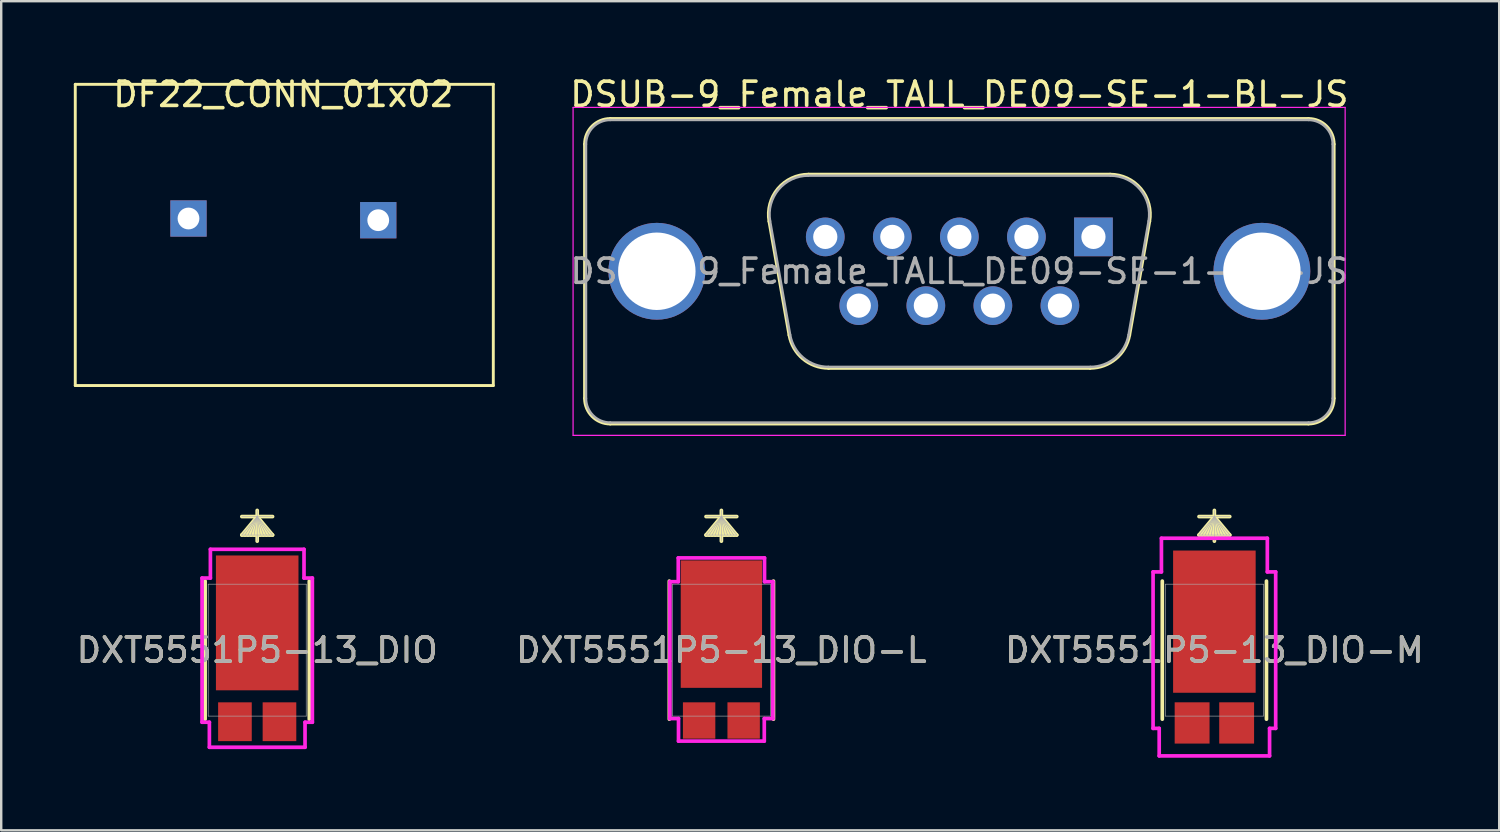
<source format=kicad_pcb>
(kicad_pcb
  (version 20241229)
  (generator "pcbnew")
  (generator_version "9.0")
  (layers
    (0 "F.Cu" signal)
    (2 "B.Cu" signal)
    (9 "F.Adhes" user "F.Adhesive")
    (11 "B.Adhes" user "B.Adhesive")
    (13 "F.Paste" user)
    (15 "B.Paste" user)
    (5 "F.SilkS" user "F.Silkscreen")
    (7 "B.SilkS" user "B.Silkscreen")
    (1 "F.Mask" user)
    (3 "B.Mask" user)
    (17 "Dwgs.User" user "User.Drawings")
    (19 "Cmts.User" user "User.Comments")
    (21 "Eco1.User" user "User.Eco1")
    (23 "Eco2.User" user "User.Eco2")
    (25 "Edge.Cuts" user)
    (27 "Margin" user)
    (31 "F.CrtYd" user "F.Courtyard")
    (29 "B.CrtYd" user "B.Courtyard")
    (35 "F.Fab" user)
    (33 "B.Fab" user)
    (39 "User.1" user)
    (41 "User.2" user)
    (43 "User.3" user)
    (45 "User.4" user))
  (footprint "DXT5551P5-13_DIO-M"
    (layer "F.Cu")
    (at 47.125 23.812)
    (property "Reference" "DXT5551P5-13_DIO-M" (at 0 0 0) (unlocked yes) (layer "F.SilkS") (effects (font (size 1 1) (thickness 0.15))))
    (attr smd)
    (fp_line (start -2.152 -2.852) (end -2.152 2.852) (stroke (width 0.152) (type solid)) (layer "F.SilkS"))
    (fp_line (start 0 -5.519) (end -0.635 -4.757) (stroke (width 0.152) (type solid)) (layer "F.SilkS"))
    (fp_line (start 0 -5.519) (end -0.508 -4.757) (stroke (width 0.152) (type solid)) (layer "F.SilkS"))
    (fp_line (start 0 -5.519) (end -0.381 -4.757) (stroke (width 0.152) (type solid)) (layer "F.SilkS"))
    (fp_line (start 0 -5.519) (end -0.254 -4.757) (stroke (width 0.152) (type solid)) (layer "F.SilkS"))
    (fp_line (start 0 -5.519) (end -0.127 -4.757) (stroke (width 0.152) (type solid)) (layer "F.SilkS"))
    (fp_line (start 0 -5.519) (end 0.127 -4.757) (stroke (width 0.152) (type solid)) (layer "F.SilkS"))
    (fp_line (start 0 -5.519) (end 0.254 -4.757) (stroke (width 0.152) (type solid)) (layer "F.SilkS"))
    (fp_line (start 0 -5.519) (end 0.381 -4.757) (stroke (width 0.152) (type solid)) (layer "F.SilkS"))
    (fp_line (start 0 -5.519) (end 0.508 -4.757) (stroke (width 0.152) (type solid)) (layer "F.SilkS"))
    (fp_line (start 0 -5.519) (end 0.635 -4.757) (stroke (width 0.152) (type solid)) (layer "F.SilkS"))
    (fp_line (start 0 -4.503) (end 0 -5.773) (stroke (width 0.152) (type solid)) (layer "F.SilkS"))
    (fp_line (start 0.635 -5.519) (end -0.635 -5.519) (stroke (width 0.152) (type solid)) (layer "F.SilkS"))
    (fp_line (start 0.635 -4.757) (end -0.635 -4.757) (stroke (width 0.152) (type solid)) (layer "F.SilkS"))
    (fp_line (start 2.152 2.852) (end 2.152 -2.852) (stroke (width 0.152) (type solid)) (layer "F.SilkS"))
    (fp_line (start -2.533 -3.233) (end -2.188 -3.233) (stroke (width 0.152) (type solid)) (layer "F.CrtYd"))
    (fp_line (start -2.533 3.233) (end -2.533 -3.233) (stroke (width 0.152) (type solid)) (layer "F.CrtYd"))
    (fp_line (start -2.28 3.233) (end -2.533 3.233) (stroke (width 0.152) (type solid)) (layer "F.CrtYd"))
    (fp_line (start -2.28 3.233) (end -2.28 4.369) (stroke (width 0.152) (type solid)) (layer "F.CrtYd"))
    (fp_line (start -2.28 4.369) (end 2.28 4.369) (stroke (width 0.152) (type solid)) (layer "F.CrtYd"))
    (fp_line (start -2.188 -4.623) (end -2.188 -3.233) (stroke (width 0.152) (type solid)) (layer "F.CrtYd"))
    (fp_line (start -2.188 -4.623) (end 2.188 -4.623) (stroke (width 0.152) (type solid)) (layer "F.CrtYd"))
    (fp_line (start 2.188 -4.623) (end 2.188 -3.233) (stroke (width 0.152) (type solid)) (layer "F.CrtYd"))
    (fp_line (start 2.28 3.233) (end 2.28 4.369) (stroke (width 0.152) (type solid)) (layer "F.CrtYd"))
    (fp_line (start 2.533 -3.233) (end 2.188 -3.233) (stroke (width 0.152) (type solid)) (layer "F.CrtYd"))
    (fp_line (start 2.533 -3.233) (end 2.533 3.233) (stroke (width 0.152) (type solid)) (layer "F.CrtYd"))
    (fp_line (start 2.533 3.233) (end 2.28 3.233) (stroke (width 0.152) (type solid)) (layer "F.CrtYd"))
    (fp_line (start -2.025 -2.725) (end -2.025 2.725) (stroke (width 0.025) (type solid)) (layer "F.Fab"))
    (fp_line (start -2.025 2.725) (end 2.025 2.725) (stroke (width 0.025) (type solid)) (layer "F.Fab"))
    (fp_line (start 0 -5.519) (end -0.635 -4.757) (stroke (width 0.025) (type solid)) (layer "F.Fab"))
    (fp_line (start 0 -5.519) (end -0.508 -4.757) (stroke (width 0.025) (type solid)) (layer "F.Fab"))
    (fp_line (start 0 -5.519) (end -0.381 -4.757) (stroke (width 0.025) (type solid)) (layer "F.Fab"))
    (fp_line (start 0 -5.519) (end -0.254 -4.757) (stroke (width 0.025) (type solid)) (layer "F.Fab"))
    (fp_line (start 0 -5.519) (end -0.127 -4.757) (stroke (width 0.025) (type solid)) (layer "F.Fab"))
    (fp_line (start 0 -5.519) (end 0.127 -4.757) (stroke (width 0.025) (type solid)) (layer "F.Fab"))
    (fp_line (start 0 -5.519) (end 0.254 -4.757) (stroke (width 0.025) (type solid)) (layer "F.Fab"))
    (fp_line (start 0 -5.519) (end 0.381 -4.757) (stroke (width 0.025) (type solid)) (layer "F.Fab"))
    (fp_line (start 0 -5.519) (end 0.508 -4.757) (stroke (width 0.025) (type solid)) (layer "F.Fab"))
    (fp_line (start 0 -5.519) (end 0.635 -4.757) (stroke (width 0.025) (type solid)) (layer "F.Fab"))
    (fp_line (start 0 -4.503) (end 0 -5.773) (stroke (width 0.025) (type solid)) (layer "F.Fab"))
    (fp_line (start 0.635 -5.519) (end -0.635 -5.519) (stroke (width 0.025) (type solid)) (layer "F.Fab"))
    (fp_line (start 0.635 -4.757) (end -0.635 -4.757) (stroke (width 0.025) (type solid)) (layer "F.Fab"))
    (fp_line (start 2.025 -2.725) (end -2.025 -2.725) (stroke (width 0.025) (type solid)) (layer "F.Fab"))
    (fp_line (start 2.025 2.725) (end 2.025 -2.725) (stroke (width 0.025) (type solid)) (layer "F.Fab"))
    (fp_text user "${REFERENCE}" (at 0 0 0) (unlocked yes) (layer "F.Fab") (effects (font (size 1 1) (thickness 0.15))))
    (pad "1" smd rect (at 0 -1.177 90) (size 5.876 3.411) (layers "F.Cu" "F.Mask" "F.Paste"))
    (pad "2" smd rect (at -0.92 3.008 90) (size 1.705 1.441) (layers "F.Cu" "F.Mask" "F.Paste"))
    (pad "3" smd rect (at 0.92 3.008 90) (size 1.705 1.441) (layers "F.Cu" "F.Mask" "F.Paste")))
  (footprint "DF22_CONN_01x02"
    (layer "F.Cu")
    (at 8.658 0.348)
    (property "Reference" "DF22_CONN_01x02" (at 0 0.5 0) (layer "F.SilkS") (effects (font (size 1 1) (thickness 0.15))))
    (attr through_hole)
    (fp_line (start -8.598 0.086) (end 8.674 0.086) (stroke (width 0.12) (type solid)) (layer "F.SilkS"))
    (fp_line (start -8.598 12.532) (end -8.598 0.086) (stroke (width 0.12) (type solid)) (layer "F.SilkS"))
    (fp_line (start 8.674 0.086) (end 8.674 12.532) (stroke (width 0.12) (type solid)) (layer "F.SilkS"))
    (fp_line (start 8.674 12.532) (end -8.598 12.532) (stroke (width 0.12) (type solid)) (layer "F.SilkS"))
    (pad "1" thru_hole rect (at 3.92 5.7) (size 1.5 1.5) (drill 0.9) (layers "*.Cu" "*.Mask"))
    (pad "2" thru_hole rect (at -3.92 5.63) (size 1.5 1.5) (drill 0.9) (layers "*.Cu" "*.Mask")))
  (footprint "DXT5551P5-13_DIO-L"
    (layer "F.Cu")
    (at 26.756 23.812)
    (property "Reference" "DXT5551P5-13_DIO-L" (at 0 0 0) (unlocked yes) (layer "F.SilkS") (effects (font (size 1 1) (thickness 0.15))))
    (attr smd)
    (fp_line (start -2.152 -2.852) (end -2.152 2.852) (stroke (width 0.152) (type solid)) (layer "F.SilkS"))
    (fp_line (start 0 -5.519) (end -0.635 -4.757) (stroke (width 0.152) (type solid)) (layer "F.SilkS"))
    (fp_line (start 0 -5.519) (end -0.508 -4.757) (stroke (width 0.152) (type solid)) (layer "F.SilkS"))
    (fp_line (start 0 -5.519) (end -0.381 -4.757) (stroke (width 0.152) (type solid)) (layer "F.SilkS"))
    (fp_line (start 0 -5.519) (end -0.254 -4.757) (stroke (width 0.152) (type solid)) (layer "F.SilkS"))
    (fp_line (start 0 -5.519) (end -0.127 -4.757) (stroke (width 0.152) (type solid)) (layer "F.SilkS"))
    (fp_line (start 0 -5.519) (end 0.127 -4.757) (stroke (width 0.152) (type solid)) (layer "F.SilkS"))
    (fp_line (start 0 -5.519) (end 0.254 -4.757) (stroke (width 0.152) (type solid)) (layer "F.SilkS"))
    (fp_line (start 0 -5.519) (end 0.381 -4.757) (stroke (width 0.152) (type solid)) (layer "F.SilkS"))
    (fp_line (start 0 -5.519) (end 0.508 -4.757) (stroke (width 0.152) (type solid)) (layer "F.SilkS"))
    (fp_line (start 0 -5.519) (end 0.635 -4.757) (stroke (width 0.152) (type solid)) (layer "F.SilkS"))
    (fp_line (start 0 -4.503) (end 0 -5.773) (stroke (width 0.152) (type solid)) (layer "F.SilkS"))
    (fp_line (start 0.635 -5.519) (end -0.635 -5.519) (stroke (width 0.152) (type solid)) (layer "F.SilkS"))
    (fp_line (start 0.635 -4.757) (end -0.635 -4.757) (stroke (width 0.152) (type solid)) (layer "F.SilkS"))
    (fp_line (start 2.152 2.852) (end 2.152 -2.852) (stroke (width 0.152) (type solid)) (layer "F.SilkS"))
    (fp_line (start -2.127 -2.827) (end -1.782 -2.827) (stroke (width 0.152) (type solid)) (layer "F.CrtYd"))
    (fp_line (start -2.127 2.827) (end -2.127 -2.827) (stroke (width 0.152) (type solid)) (layer "F.CrtYd"))
    (fp_line (start -1.782 -3.81) (end -1.782 -2.827) (stroke (width 0.152) (type solid)) (layer "F.CrtYd"))
    (fp_line (start -1.782 -3.81) (end 1.782 -3.81) (stroke (width 0.152) (type solid)) (layer "F.CrtYd"))
    (fp_line (start -1.772 2.827) (end -2.127 2.827) (stroke (width 0.152) (type solid)) (layer "F.CrtYd"))
    (fp_line (start -1.772 2.827) (end -1.772 3.759) (stroke (width 0.152) (type solid)) (layer "F.CrtYd"))
    (fp_line (start -1.772 3.759) (end 1.772 3.759) (stroke (width 0.152) (type solid)) (layer "F.CrtYd"))
    (fp_line (start 1.772 2.827) (end 1.772 3.759) (stroke (width 0.152) (type solid)) (layer "F.CrtYd"))
    (fp_line (start 1.782 -3.81) (end 1.782 -2.827) (stroke (width 0.152) (type solid)) (layer "F.CrtYd"))
    (fp_line (start 2.127 -2.827) (end 1.782 -2.827) (stroke (width 0.152) (type solid)) (layer "F.CrtYd"))
    (fp_line (start 2.127 -2.827) (end 2.127 2.827) (stroke (width 0.152) (type solid)) (layer "F.CrtYd"))
    (fp_line (start 2.127 2.827) (end 1.772 2.827) (stroke (width 0.152) (type solid)) (layer "F.CrtYd"))
    (fp_line (start -2.025 -2.725) (end -2.025 2.725) (stroke (width 0.025) (type solid)) (layer "F.Fab"))
    (fp_line (start -2.025 2.725) (end 2.025 2.725) (stroke (width 0.025) (type solid)) (layer "F.Fab"))
    (fp_line (start 0 -5.519) (end -0.635 -4.757) (stroke (width 0.025) (type solid)) (layer "F.Fab"))
    (fp_line (start 0 -5.519) (end -0.508 -4.757) (stroke (width 0.025) (type solid)) (layer "F.Fab"))
    (fp_line (start 0 -5.519) (end -0.381 -4.757) (stroke (width 0.025) (type solid)) (layer "F.Fab"))
    (fp_line (start 0 -5.519) (end -0.254 -4.757) (stroke (width 0.025) (type solid)) (layer "F.Fab"))
    (fp_line (start 0 -5.519) (end -0.127 -4.757) (stroke (width 0.025) (type solid)) (layer "F.Fab"))
    (fp_line (start 0 -5.519) (end 0.127 -4.757) (stroke (width 0.025) (type solid)) (layer "F.Fab"))
    (fp_line (start 0 -5.519) (end 0.254 -4.757) (stroke (width 0.025) (type solid)) (layer "F.Fab"))
    (fp_line (start 0 -5.519) (end 0.381 -4.757) (stroke (width 0.025) (type solid)) (layer "F.Fab"))
    (fp_line (start 0 -5.519) (end 0.508 -4.757) (stroke (width 0.025) (type solid)) (layer "F.Fab"))
    (fp_line (start 0 -5.519) (end 0.635 -4.757) (stroke (width 0.025) (type solid)) (layer "F.Fab"))
    (fp_line (start 0 -4.503) (end 0 -5.773) (stroke (width 0.025) (type solid)) (layer "F.Fab"))
    (fp_line (start 0.635 -5.519) (end -0.635 -5.519) (stroke (width 0.025) (type solid)) (layer "F.Fab"))
    (fp_line (start 0.635 -4.757) (end -0.635 -4.757) (stroke (width 0.025) (type solid)) (layer "F.Fab"))
    (fp_line (start 2.025 -2.725) (end -2.025 -2.725) (stroke (width 0.025) (type solid)) (layer "F.Fab"))
    (fp_line (start 2.025 2.725) (end 2.025 -2.725) (stroke (width 0.025) (type solid)) (layer "F.Fab"))
    (fp_text user "${REFERENCE}" (at 0 0 0) (unlocked yes) (layer "F.Fab") (effects (font (size 1 1) (thickness 0.15))))
    (pad "1" smd rect (at 0 -1.075 90) (size 5.266 3.36) (layers "F.Cu" "F.Mask" "F.Paste"))
    (pad "2" smd rect (at -0.92 2.907 90) (size 1.502 1.339) (layers "F.Cu" "F.Mask" "F.Paste"))
    (pad "3" smd rect (at 0.92 2.907 90) (size 1.502 1.339) (layers "F.Cu" "F.Mask" "F.Paste")))
  (footprint "DSUB-9_Female_TALL_DE09-SE-1-BL-JS"
    (layer "F.Cu")
    (at 42.128 6.738)
    (property "Reference" "DSUB-9_Female_TALL_DE09-SE-1-BL-JS" (at -5.54 -5.89 0) (layer "F.SilkS") (effects (font (size 1 1) (thickness 0.15))))
    (attr through_hole)
    (fp_line (start -21.025 6.67) (end -21.025 -3.83) (stroke (width 0.12) (type solid)) (layer "F.SilkS"))
    (fp_line (start -19.965 -4.89) (end 8.885 -4.89) (stroke (width 0.12) (type solid)) (layer "F.SilkS"))
    (fp_line (start -13.406 -0.642) (end -12.578 4.058) (stroke (width 0.12) (type solid)) (layer "F.SilkS"))
    (fp_line (start -11.772 -2.59) (end 0.692 -2.59) (stroke (width 0.12) (type solid)) (layer "F.SilkS"))
    (fp_line (start -10.943 5.43) (end -0.137 5.43) (stroke (width 0.12) (type solid)) (layer "F.SilkS"))
    (fp_line (start 2.326 -0.642) (end 1.498 4.058) (stroke (width 0.12) (type solid)) (layer "F.SilkS"))
    (fp_line (start 8.885 7.73) (end -19.965 7.73) (stroke (width 0.12) (type solid)) (layer "F.SilkS"))
    (fp_line (start 9.945 -3.83) (end 9.945 6.67) (stroke (width 0.12) (type solid)) (layer "F.SilkS"))
    (fp_arc (start -21.025 -3.83) (mid -20.714533 -4.579533) (end -19.965 -4.89) (stroke (width 0.12) (type solid)) (layer "F.SilkS"))
    (fp_arc (start -19.965 7.73) (mid -20.714533 7.419533) (end -21.025 6.67) (stroke (width 0.12) (type solid)) (layer "F.SilkS"))
    (fp_arc (start -13.40647 -0.641744) (mid -13.043323 -1.997028) (end -11.771689 -2.59) (stroke (width 0.12) (type solid)) (layer "F.SilkS"))
    (fp_arc (start -10.942952 5.43) (mid -12.009979 5.041634) (end -12.577733 4.058256) (stroke (width 0.12) (type solid)) (layer "F.SilkS"))
    (fp_arc (start 0.691689 -2.59) (mid 1.963323 -1.997027) (end 2.32647 -0.641744) (stroke (width 0.12) (type solid)) (layer "F.SilkS"))
    (fp_arc (start 1.497733 4.058256) (mid 0.92998 5.041634) (end -0.137048 5.43) (stroke (width 0.12) (type solid)) (layer "F.SilkS"))
    (fp_arc (start 8.885 -4.89) (mid 9.634533 -4.579533) (end 9.945 -3.83) (stroke (width 0.12) (type solid)) (layer "F.SilkS"))
    (fp_arc (start 9.945 6.67) (mid 9.634533 7.419533) (end 8.885 7.73) (stroke (width 0.12) (type solid)) (layer "F.SilkS"))
    (fp_line (start -21.5 -5.35) (end -21.5 8.2) (stroke (width 0.05) (type solid)) (layer "F.CrtYd"))
    (fp_line (start -21.5 8.2) (end 10.4 8.2) (stroke (width 0.05) (type solid)) (layer "F.CrtYd"))
    (fp_line (start 10.4 -5.35) (end -21.5 -5.35) (stroke (width 0.05) (type solid)) (layer "F.CrtYd"))
    (fp_line (start 10.4 8.2) (end 10.4 -5.35) (stroke (width 0.05) (type solid)) (layer "F.CrtYd"))
    (fp_line (start -20.965 6.67) (end -20.965 -3.83) (stroke (width 0.1) (type solid)) (layer "F.Fab"))
    (fp_line (start -19.965 -4.83) (end 8.885 -4.83) (stroke (width 0.1) (type solid)) (layer "F.Fab"))
    (fp_line (start -13.359 -0.652) (end -12.53 4.048) (stroke (width 0.1) (type solid)) (layer "F.Fab"))
    (fp_line (start -11.783 -2.53) (end 0.703 -2.53) (stroke (width 0.1) (type solid)) (layer "F.Fab"))
    (fp_line (start -10.954 5.37) (end -0.126 5.37) (stroke (width 0.1) (type solid)) (layer "F.Fab"))
    (fp_line (start 2.279 -0.652) (end 1.45 4.048) (stroke (width 0.1) (type solid)) (layer "F.Fab"))
    (fp_line (start 8.885 7.67) (end -19.965 7.67) (stroke (width 0.1) (type solid)) (layer "F.Fab"))
    (fp_line (start 9.885 -3.83) (end 9.885 6.67) (stroke (width 0.1) (type solid)) (layer "F.Fab"))
    (fp_arc (start -20.965 -3.83) (mid -20.672107 -4.537107) (end -19.965 -4.83) (stroke (width 0.1) (type solid)) (layer "F.Fab"))
    (fp_arc (start -19.965 7.67) (mid -20.672107 7.377107) (end -20.965 6.67) (stroke (width 0.1) (type solid)) (layer "F.Fab"))
    (fp_arc (start -13.358886 -0.652163) (mid -13.008865 -1.95846) (end -11.783194 -2.53) (stroke (width 0.1) (type solid)) (layer "F.Fab"))
    (fp_arc (start -10.954457 5.37) (mid -11.982917 4.995671) (end -12.530149 4.047837) (stroke (width 0.1) (type solid)) (layer "F.Fab"))
    (fp_arc (start 0.703194 -2.53) (mid 1.928865 -1.95846) (end 2.278886 -0.652163) (stroke (width 0.1) (type solid)) (layer "F.Fab"))
    (fp_arc (start 1.450149 4.047837) (mid 0.902917 4.995671) (end -0.125543 5.37) (stroke (width 0.1) (type solid)) (layer "F.Fab"))
    (fp_arc (start 8.885 -4.83) (mid 9.592107 -4.537107) (end 9.885 -3.83) (stroke (width 0.1) (type solid)) (layer "F.Fab"))
    (fp_arc (start 9.885 6.67) (mid 9.592107 7.377107) (end 8.885 7.67) (stroke (width 0.1) (type solid)) (layer "F.Fab"))
    (fp_text user "${REFERENCE}" (at -5.54 1.42 0) (layer "F.Fab") (effects (font (size 1 1) (thickness 0.15))))
    (pad "0" thru_hole circle (at -18.04 1.42) (size 4 4) (drill 3.2) (layers "*.Cu" "*.Mask"))
    (pad "0" thru_hole circle (at 6.96 1.42) (size 4 4) (drill 3.2) (layers "*.Cu" "*.Mask"))
    (pad "1" thru_hole rect (at 0 0) (size 1.6 1.6) (drill 1) (layers "*.Cu" "*.Mask"))
    (pad "2" thru_hole circle (at -2.77 0) (size 1.6 1.6) (drill 1) (layers "*.Cu" "*.Mask"))
    (pad "3" thru_hole circle (at -5.54 0) (size 1.6 1.6) (drill 1) (layers "*.Cu" "*.Mask"))
    (pad "4" thru_hole circle (at -8.31 0) (size 1.6 1.6) (drill 1) (layers "*.Cu" "*.Mask"))
    (pad "5" thru_hole circle (at -11.08 0) (size 1.6 1.6) (drill 1) (layers "*.Cu" "*.Mask"))
    (pad "6" thru_hole circle (at -1.385 2.84) (size 1.6 1.6) (drill 1) (layers "*.Cu" "*.Mask"))
    (pad "7" thru_hole circle (at -4.155 2.84) (size 1.6 1.6) (drill 1) (layers "*.Cu" "*.Mask"))
    (pad "8" thru_hole circle (at -6.925 2.84) (size 1.6 1.6) (drill 1) (layers "*.Cu" "*.Mask"))
    (pad "9" thru_hole circle (at -9.695 2.84) (size 1.6 1.6) (drill 1) (layers "*.Cu" "*.Mask")))
  (footprint "DXT5551P5-13_DIO"
    (layer "F.Cu")
    (at 7.577 23.812)
    (property "Reference" "DXT5551P5-13_DIO" (at 0 0 0) (unlocked yes) (layer "F.SilkS") (effects (font (size 1 1) (thickness 0.15))))
    (attr smd)
    (fp_line (start -2.152 -2.852) (end -2.152 2.852) (stroke (width 0.152) (type solid)) (layer "F.SilkS"))
    (fp_line (start 0 -5.519) (end -0.635 -4.757) (stroke (width 0.152) (type solid)) (layer "F.SilkS"))
    (fp_line (start 0 -5.519) (end -0.508 -4.757) (stroke (width 0.152) (type solid)) (layer "F.SilkS"))
    (fp_line (start 0 -5.519) (end -0.381 -4.757) (stroke (width 0.152) (type solid)) (layer "F.SilkS"))
    (fp_line (start 0 -5.519) (end -0.254 -4.757) (stroke (width 0.152) (type solid)) (layer "F.SilkS"))
    (fp_line (start 0 -5.519) (end -0.127 -4.757) (stroke (width 0.152) (type solid)) (layer "F.SilkS"))
    (fp_line (start 0 -5.519) (end 0.127 -4.757) (stroke (width 0.152) (type solid)) (layer "F.SilkS"))
    (fp_line (start 0 -5.519) (end 0.254 -4.757) (stroke (width 0.152) (type solid)) (layer "F.SilkS"))
    (fp_line (start 0 -5.519) (end 0.381 -4.757) (stroke (width 0.152) (type solid)) (layer "F.SilkS"))
    (fp_line (start 0 -5.519) (end 0.508 -4.757) (stroke (width 0.152) (type solid)) (layer "F.SilkS"))
    (fp_line (start 0 -5.519) (end 0.635 -4.757) (stroke (width 0.152) (type solid)) (layer "F.SilkS"))
    (fp_line (start 0 -4.503) (end 0 -5.773) (stroke (width 0.152) (type solid)) (layer "F.SilkS"))
    (fp_line (start 0.635 -5.519) (end -0.635 -5.519) (stroke (width 0.152) (type solid)) (layer "F.SilkS"))
    (fp_line (start 0.635 -4.757) (end -0.635 -4.757) (stroke (width 0.152) (type solid)) (layer "F.SilkS"))
    (fp_line (start 2.152 2.852) (end 2.152 -2.852) (stroke (width 0.152) (type solid)) (layer "F.SilkS"))
    (fp_line (start -2.279 -2.979) (end -1.934 -2.979) (stroke (width 0.152) (type solid)) (layer "F.CrtYd"))
    (fp_line (start -2.279 2.979) (end -2.279 -2.979) (stroke (width 0.152) (type solid)) (layer "F.CrtYd"))
    (fp_line (start -1.976 2.979) (end -2.279 2.979) (stroke (width 0.152) (type solid)) (layer "F.CrtYd"))
    (fp_line (start -1.976 2.979) (end -1.976 4.013) (stroke (width 0.152) (type solid)) (layer "F.CrtYd"))
    (fp_line (start -1.976 4.013) (end 1.976 4.013) (stroke (width 0.152) (type solid)) (layer "F.CrtYd"))
    (fp_line (start -1.934 -4.166) (end -1.934 -2.979) (stroke (width 0.152) (type solid)) (layer "F.CrtYd"))
    (fp_line (start -1.934 -4.166) (end 1.934 -4.166) (stroke (width 0.152) (type solid)) (layer "F.CrtYd"))
    (fp_line (start 1.934 -4.166) (end 1.934 -2.979) (stroke (width 0.152) (type solid)) (layer "F.CrtYd"))
    (fp_line (start 1.976 2.979) (end 1.976 4.013) (stroke (width 0.152) (type solid)) (layer "F.CrtYd"))
    (fp_line (start 2.279 -2.979) (end 1.934 -2.979) (stroke (width 0.152) (type solid)) (layer "F.CrtYd"))
    (fp_line (start 2.279 -2.979) (end 2.279 2.979) (stroke (width 0.152) (type solid)) (layer "F.CrtYd"))
    (fp_line (start 2.279 2.979) (end 1.976 2.979) (stroke (width 0.152) (type solid)) (layer "F.CrtYd"))
    (fp_line (start -2.025 -2.725) (end -2.025 2.725) (stroke (width 0.025) (type solid)) (layer "F.Fab"))
    (fp_line (start -2.025 2.725) (end 2.025 2.725) (stroke (width 0.025) (type solid)) (layer "F.Fab"))
    (fp_line (start 0 -5.519) (end -0.635 -4.757) (stroke (width 0.025) (type solid)) (layer "F.Fab"))
    (fp_line (start 0 -5.519) (end -0.508 -4.757) (stroke (width 0.025) (type solid)) (layer "F.Fab"))
    (fp_line (start 0 -5.519) (end -0.381 -4.757) (stroke (width 0.025) (type solid)) (layer "F.Fab"))
    (fp_line (start 0 -5.519) (end -0.254 -4.757) (stroke (width 0.025) (type solid)) (layer "F.Fab"))
    (fp_line (start 0 -5.519) (end -0.127 -4.757) (stroke (width 0.025) (type solid)) (layer "F.Fab"))
    (fp_line (start 0 -5.519) (end 0.127 -4.757) (stroke (width 0.025) (type solid)) (layer "F.Fab"))
    (fp_line (start 0 -5.519) (end 0.254 -4.757) (stroke (width 0.025) (type solid)) (layer "F.Fab"))
    (fp_line (start 0 -5.519) (end 0.381 -4.757) (stroke (width 0.025) (type solid)) (layer "F.Fab"))
    (fp_line (start 0 -5.519) (end 0.508 -4.757) (stroke (width 0.025) (type solid)) (layer "F.Fab"))
    (fp_line (start 0 -5.519) (end 0.635 -4.757) (stroke (width 0.025) (type solid)) (layer "F.Fab"))
    (fp_line (start 0 -4.503) (end 0 -5.773) (stroke (width 0.025) (type solid)) (layer "F.Fab"))
    (fp_line (start 0.635 -5.519) (end -0.635 -5.519) (stroke (width 0.025) (type solid)) (layer "F.Fab"))
    (fp_line (start 0.635 -4.757) (end -0.635 -4.757) (stroke (width 0.025) (type solid)) (layer "F.Fab"))
    (fp_line (start 2.025 -2.725) (end -2.025 -2.725) (stroke (width 0.025) (type solid)) (layer "F.Fab"))
    (fp_line (start 2.025 2.725) (end 2.025 -2.725) (stroke (width 0.025) (type solid)) (layer "F.Fab"))
    (fp_text user "${REFERENCE}" (at 0 0 0) (unlocked yes) (layer "F.Fab") (effects (font (size 1 1) (thickness 0.15))))
    (pad "1" smd rect (at 0 -1.126 90) (size 5.571 3.411) (layers "F.Cu" "F.Mask" "F.Paste"))
    (pad "2" smd rect (at -0.92 2.958 90) (size 1.603 1.39) (layers "F.Cu" "F.Mask" "F.Paste"))
    (pad "3" smd rect (at 0.92 2.958 90) (size 1.603 1.39) (layers "F.Cu" "F.Mask" "F.Paste")))
  (gr_rect
    (start -3 -3)
    (end 58.893 31.257)
    (stroke (width 0.1) (type default))
    (fill no)
    (layer "Edge.Cuts")))
</source>
